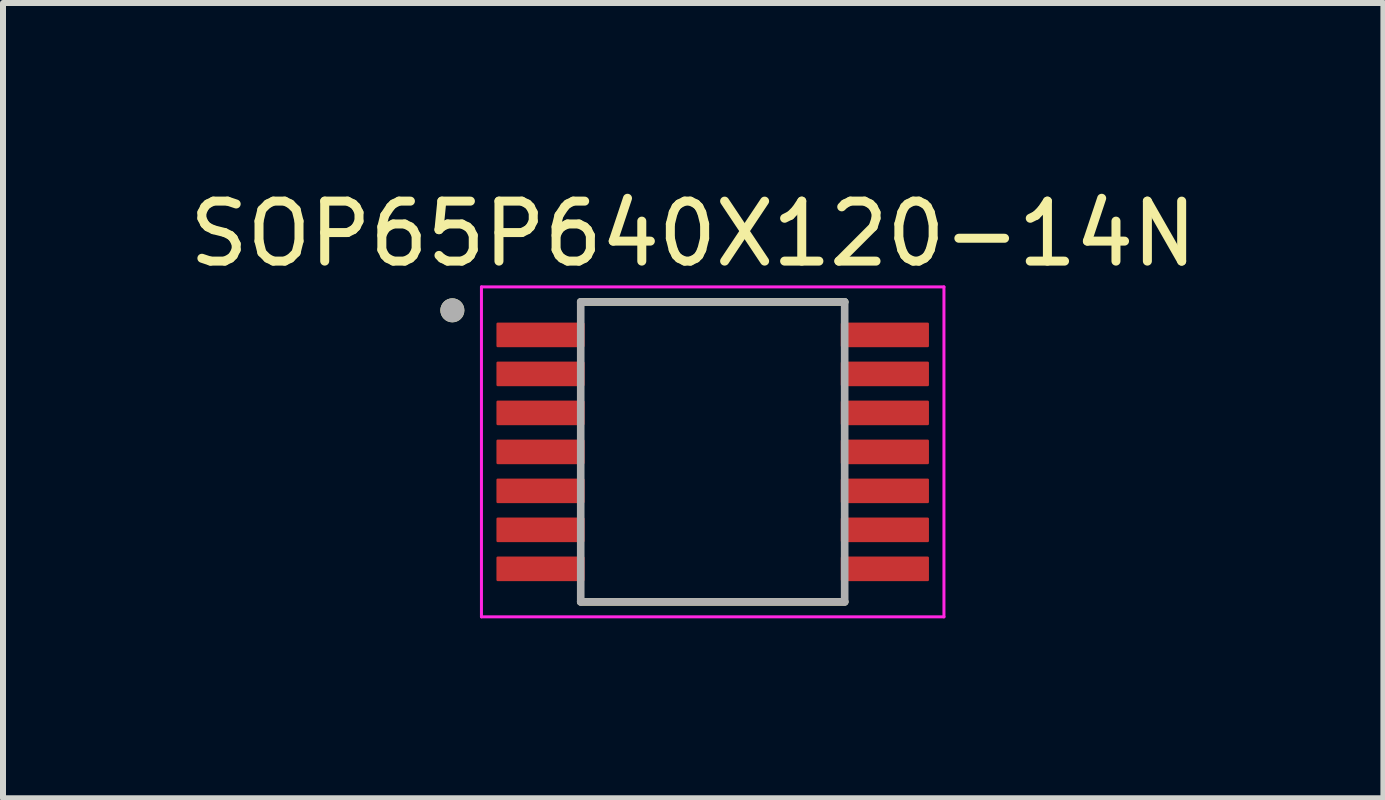
<source format=kicad_pcb>
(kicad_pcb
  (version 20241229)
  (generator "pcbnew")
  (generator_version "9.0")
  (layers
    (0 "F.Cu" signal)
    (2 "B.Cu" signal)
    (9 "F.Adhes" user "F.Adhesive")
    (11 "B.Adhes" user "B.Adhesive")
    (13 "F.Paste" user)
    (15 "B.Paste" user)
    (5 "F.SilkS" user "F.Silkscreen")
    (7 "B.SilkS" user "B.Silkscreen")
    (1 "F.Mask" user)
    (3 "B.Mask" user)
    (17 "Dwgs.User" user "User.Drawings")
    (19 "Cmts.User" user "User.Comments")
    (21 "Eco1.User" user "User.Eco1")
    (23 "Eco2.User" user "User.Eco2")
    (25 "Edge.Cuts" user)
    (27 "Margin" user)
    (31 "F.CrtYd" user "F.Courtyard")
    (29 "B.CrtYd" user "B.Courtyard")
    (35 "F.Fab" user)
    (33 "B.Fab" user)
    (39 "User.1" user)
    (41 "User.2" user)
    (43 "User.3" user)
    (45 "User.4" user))
  (footprint "SOP65P640X120-14N"
    (layer "F.Cu")
    (at 8.831 4.483)
    (property "Reference" "SOP65P640X120-14N" (at -0.325 -3.635 0) (layer "F.SilkS") (effects (font (size 1 1) (thickness 0.15))))
    (attr smd)
    (fp_line (start -2.2 -2.5) (end 2.2 -2.5) (stroke (width 0.127) (type solid)) (layer "F.SilkS"))
    (fp_line (start -2.2 2.5) (end 2.2 2.5) (stroke (width 0.127) (type solid)) (layer "F.SilkS"))
    (fp_circle (center -4.34 -2.36) (end -4.24 -2.36) (stroke (width 0.2) (type solid)) (fill no) (layer "F.SilkS"))
    (fp_line (start -3.855 -2.75) (end -3.855 2.75) (stroke (width 0.05) (type solid)) (layer "F.CrtYd"))
    (fp_line (start -3.855 -2.75) (end 3.855 -2.75) (stroke (width 0.05) (type solid)) (layer "F.CrtYd"))
    (fp_line (start -3.855 2.75) (end 3.855 2.75) (stroke (width 0.05) (type solid)) (layer "F.CrtYd"))
    (fp_line (start 3.855 -2.75) (end 3.855 2.75) (stroke (width 0.05) (type solid)) (layer "F.CrtYd"))
    (fp_line (start -2.2 -2.5) (end -2.2 2.5) (stroke (width 0.127) (type solid)) (layer "F.Fab"))
    (fp_line (start -2.2 -2.5) (end 2.2 -2.5) (stroke (width 0.127) (type solid)) (layer "F.Fab"))
    (fp_line (start -2.2 2.5) (end 2.2 2.5) (stroke (width 0.127) (type solid)) (layer "F.Fab"))
    (fp_line (start 2.2 -2.5) (end 2.2 2.5) (stroke (width 0.127) (type solid)) (layer "F.Fab"))
    (fp_circle (center -4.34 -2.36) (end -4.24 -2.36) (stroke (width 0.2) (type solid)) (fill no) (layer "F.Fab"))
    (pad "1" smd roundrect (at -2.87 -1.95) (size 1.47 0.41) (layers "F.Cu" "F.Mask" "F.Paste") (roundrect_rratio 0.05))
    (pad "2" smd roundrect (at -2.87 -1.3) (size 1.47 0.41) (layers "F.Cu" "F.Mask" "F.Paste") (roundrect_rratio 0.05))
    (pad "3" smd roundrect (at -2.87 -0.65) (size 1.47 0.41) (layers "F.Cu" "F.Mask" "F.Paste") (roundrect_rratio 0.05))
    (pad "4" smd roundrect (at -2.87 0) (size 1.47 0.41) (layers "F.Cu" "F.Mask" "F.Paste") (roundrect_rratio 0.05))
    (pad "5" smd roundrect (at -2.87 0.65) (size 1.47 0.41) (layers "F.Cu" "F.Mask" "F.Paste") (roundrect_rratio 0.05))
    (pad "6" smd roundrect (at -2.87 1.3) (size 1.47 0.41) (layers "F.Cu" "F.Mask" "F.Paste") (roundrect_rratio 0.05))
    (pad "7" smd roundrect (at -2.87 1.95) (size 1.47 0.41) (layers "F.Cu" "F.Mask" "F.Paste") (roundrect_rratio 0.05))
    (pad "8" smd roundrect (at 2.87 1.95) (size 1.47 0.41) (layers "F.Cu" "F.Mask" "F.Paste") (roundrect_rratio 0.05))
    (pad "9" smd roundrect (at 2.87 1.3) (size 1.47 0.41) (layers "F.Cu" "F.Mask" "F.Paste") (roundrect_rratio 0.05))
    (pad "10" smd roundrect (at 2.87 0.65) (size 1.47 0.41) (layers "F.Cu" "F.Mask" "F.Paste") (roundrect_rratio 0.05))
    (pad "11" smd roundrect (at 2.87 0) (size 1.47 0.41) (layers "F.Cu" "F.Mask" "F.Paste") (roundrect_rratio 0.05))
    (pad "12" smd roundrect (at 2.87 -0.65) (size 1.47 0.41) (layers "F.Cu" "F.Mask" "F.Paste") (roundrect_rratio 0.05))
    (pad "13" smd roundrect (at 2.87 -1.3) (size 1.47 0.41) (layers "F.Cu" "F.Mask" "F.Paste") (roundrect_rratio 0.05))
    (pad "14" smd roundrect (at 2.87 -1.95) (size 1.47 0.41) (layers "F.Cu" "F.Mask" "F.Paste") (roundrect_rratio 0.05)))
  (gr_rect
    (start -3 -3)
    (end 20.012 10.258)
    (stroke (width 0.1) (type default))
    (fill no)
    (layer "Edge.Cuts")))
</source>
